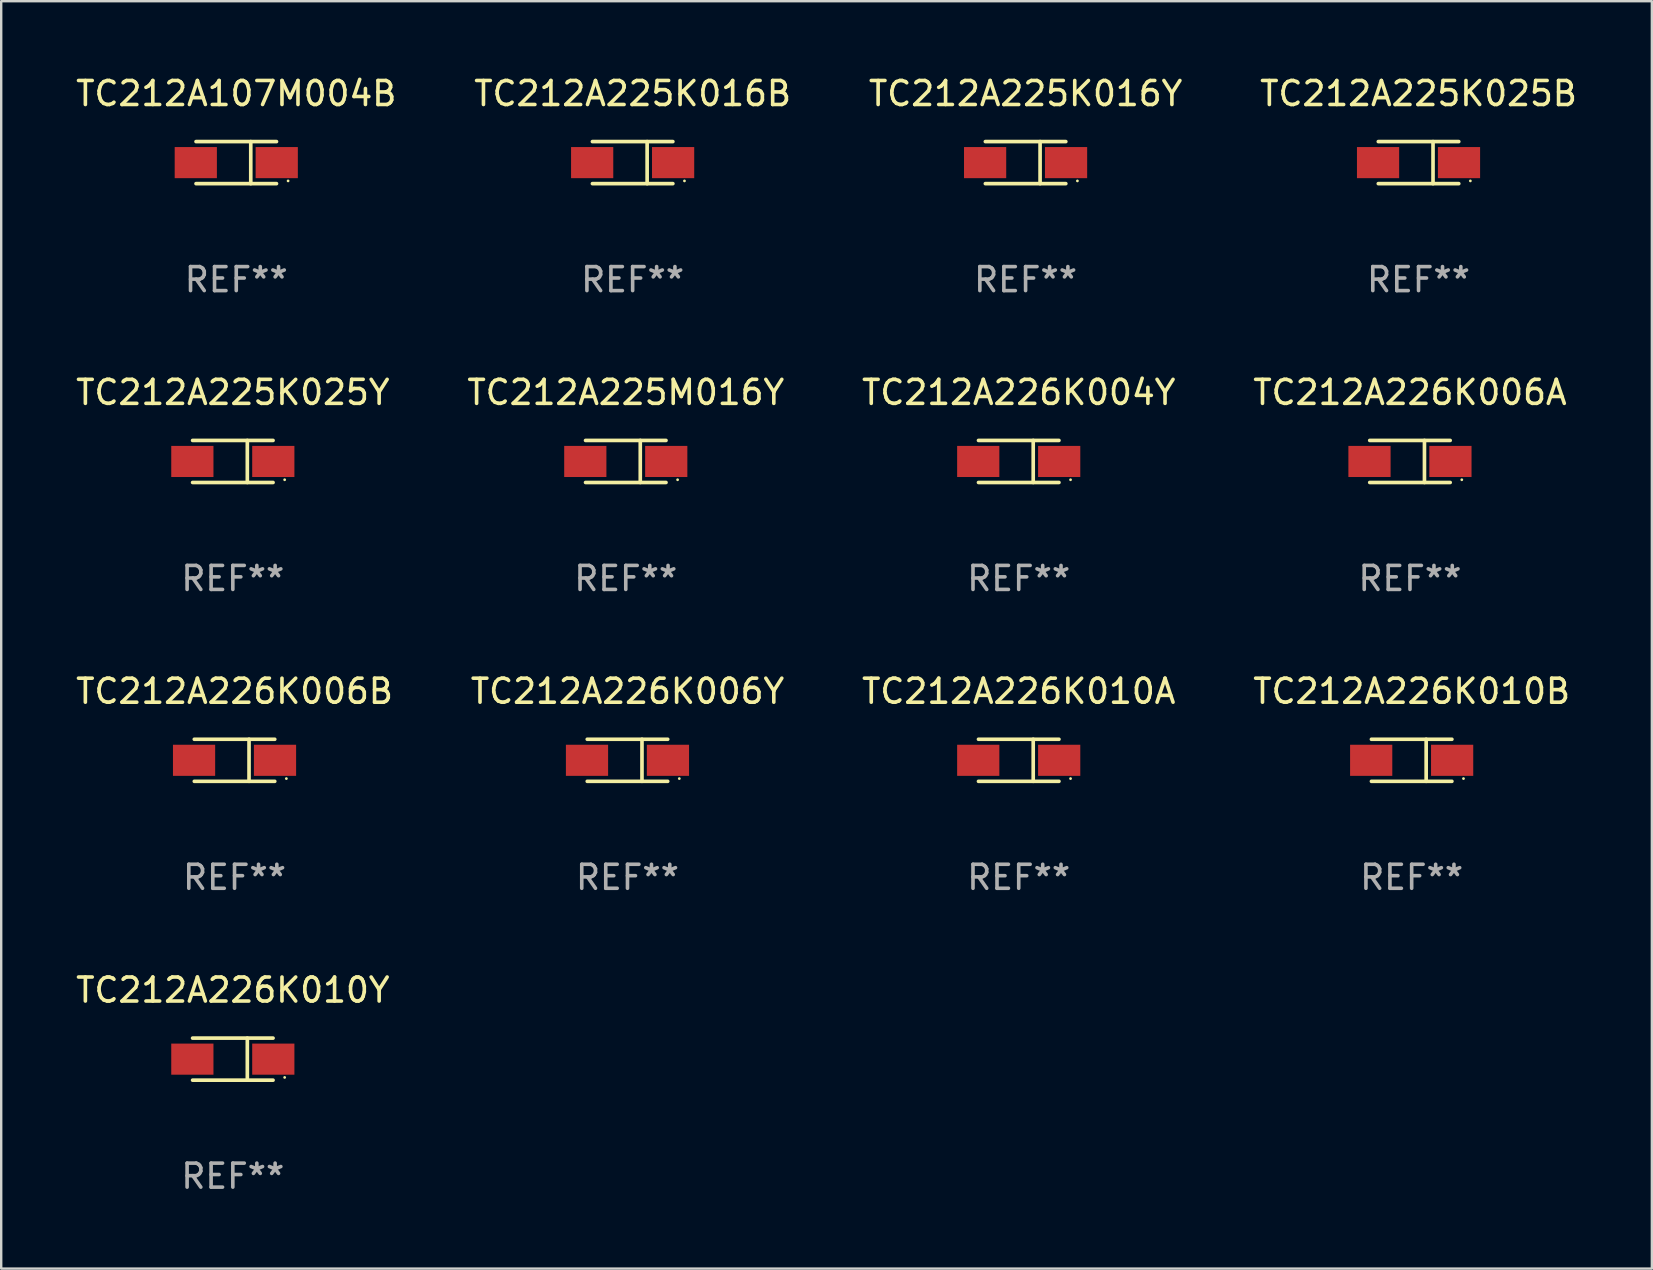
<source format=kicad_pcb>
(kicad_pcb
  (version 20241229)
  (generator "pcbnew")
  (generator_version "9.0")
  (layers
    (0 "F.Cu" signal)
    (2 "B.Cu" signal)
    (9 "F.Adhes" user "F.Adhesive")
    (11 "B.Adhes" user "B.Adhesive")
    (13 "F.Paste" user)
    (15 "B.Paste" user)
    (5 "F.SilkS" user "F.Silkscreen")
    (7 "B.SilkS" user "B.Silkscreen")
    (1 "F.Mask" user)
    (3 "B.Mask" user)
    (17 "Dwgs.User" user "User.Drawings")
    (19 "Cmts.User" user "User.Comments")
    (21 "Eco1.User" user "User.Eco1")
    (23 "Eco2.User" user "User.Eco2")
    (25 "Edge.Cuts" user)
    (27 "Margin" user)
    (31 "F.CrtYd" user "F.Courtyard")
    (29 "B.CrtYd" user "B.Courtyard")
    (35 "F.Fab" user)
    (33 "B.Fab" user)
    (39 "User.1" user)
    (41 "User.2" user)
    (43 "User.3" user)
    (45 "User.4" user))
  (footprint "TC212A107M004B"
    (layer "F.Cu")
    (at 6.792 3.724)
    (property "Reference" "TC212A107M004B" (at 0 -2.876 0) (layer "F.SilkS") (effects (font (size 1 1) (thickness 0.15))))
    (attr through_hole)
    (fp_line (start -1.676 -0.876) (end 1.676 -0.876) (stroke (width 0.152) (type solid)) (layer "F.SilkS"))
    (fp_line (start -1.676 0.876) (end 1.676 0.876) (stroke (width 0.152) (type solid)) (layer "F.SilkS"))
    (fp_line (start 0.604 -0.876) (end 0.604 0.876) (stroke (width 0.152) (type solid)) (layer "F.SilkS"))
    (fp_circle (center 2.159 0.762) (end 2.189 0.762) (stroke (width 0.06) (type solid)) (fill no) (layer "F.SilkS"))
    (fp_text user "REF**" (at 0 4.876 0) (layer "F.Fab") (effects (font (size 1 1) (thickness 0.15))))
    (pad "1" smd rect (at 1.686 0) (size 1.758 1.296) (layers "F.Cu" "F.Mask" "F.Paste"))
    (pad "2" smd rect (at -1.686 0) (size 1.758 1.296) (layers "F.Cu" "F.Mask" "F.Paste")))
  (footprint "TC212A226K010Y"
    (layer "F.Cu")
    (at 6.649 41.071)
    (property "Reference" "TC212A226K010Y" (at 0 -2.876 0) (layer "F.SilkS") (effects (font (size 1 1) (thickness 0.15))))
    (attr through_hole)
    (fp_line (start -1.676 -0.876) (end 1.676 -0.876) (stroke (width 0.152) (type solid)) (layer "F.SilkS"))
    (fp_line (start -1.676 0.876) (end 1.676 0.876) (stroke (width 0.152) (type solid)) (layer "F.SilkS"))
    (fp_line (start 0.604 -0.876) (end 0.604 0.876) (stroke (width 0.152) (type solid)) (layer "F.SilkS"))
    (fp_circle (center 2.159 0.762) (end 2.189 0.762) (stroke (width 0.06) (type solid)) (fill no) (layer "F.SilkS"))
    (fp_text user "REF**" (at 0 4.876 0) (layer "F.Fab") (effects (font (size 1 1) (thickness 0.15))))
    (pad "1" smd rect (at 1.686 0) (size 1.758 1.296) (layers "F.Cu" "F.Mask" "F.Paste"))
    (pad "2" smd rect (at -1.686 0) (size 1.758 1.296) (layers "F.Cu" "F.Mask" "F.Paste")))
  (footprint "TC212A226K004Y"
    (layer "F.Cu")
    (at 39.387 16.173)
    (property "Reference" "TC212A226K004Y" (at 0 -2.876 0) (layer "F.SilkS") (effects (font (size 1 1) (thickness 0.15))))
    (attr through_hole)
    (fp_line (start -1.676 -0.876) (end 1.676 -0.876) (stroke (width 0.152) (type solid)) (layer "F.SilkS"))
    (fp_line (start -1.676 0.876) (end 1.676 0.876) (stroke (width 0.152) (type solid)) (layer "F.SilkS"))
    (fp_line (start 0.604 -0.876) (end 0.604 0.876) (stroke (width 0.152) (type solid)) (layer "F.SilkS"))
    (fp_circle (center 2.159 0.762) (end 2.189 0.762) (stroke (width 0.06) (type solid)) (fill no) (layer "F.SilkS"))
    (fp_text user "REF**" (at 0 4.876 0) (layer "F.Fab") (effects (font (size 1 1) (thickness 0.15))))
    (pad "1" smd rect (at 1.686 0) (size 1.758 1.296) (layers "F.Cu" "F.Mask" "F.Paste"))
    (pad "2" smd rect (at -1.686 0) (size 1.758 1.296) (layers "F.Cu" "F.Mask" "F.Paste")))
  (footprint "TC212A225K025B"
    (layer "F.Cu")
    (at 56.042 3.724)
    (property "Reference" "TC212A225K025B" (at 0 -2.876 0) (layer "F.SilkS") (effects (font (size 1 1) (thickness 0.15))))
    (attr through_hole)
    (fp_line (start -1.676 -0.876) (end 1.676 -0.876) (stroke (width 0.152) (type solid)) (layer "F.SilkS"))
    (fp_line (start -1.676 0.876) (end 1.676 0.876) (stroke (width 0.152) (type solid)) (layer "F.SilkS"))
    (fp_line (start 0.604 -0.876) (end 0.604 0.876) (stroke (width 0.152) (type solid)) (layer "F.SilkS"))
    (fp_circle (center 2.159 0.762) (end 2.189 0.762) (stroke (width 0.06) (type solid)) (fill no) (layer "F.SilkS"))
    (fp_text user "REF**" (at 0 4.876 0) (layer "F.Fab") (effects (font (size 1 1) (thickness 0.15))))
    (pad "1" smd rect (at 1.686 0) (size 1.758 1.296) (layers "F.Cu" "F.Mask" "F.Paste"))
    (pad "2" smd rect (at -1.686 0) (size 1.758 1.296) (layers "F.Cu" "F.Mask" "F.Paste")))
  (footprint "TC212A225M016Y"
    (layer "F.Cu")
    (at 23.018 16.173)
    (property "Reference" "TC212A225M016Y" (at 0 -2.876 0) (layer "F.SilkS") (effects (font (size 1 1) (thickness 0.15))))
    (attr through_hole)
    (fp_line (start -1.676 -0.876) (end 1.676 -0.876) (stroke (width 0.152) (type solid)) (layer "F.SilkS"))
    (fp_line (start -1.676 0.876) (end 1.676 0.876) (stroke (width 0.152) (type solid)) (layer "F.SilkS"))
    (fp_line (start 0.604 -0.876) (end 0.604 0.876) (stroke (width 0.152) (type solid)) (layer "F.SilkS"))
    (fp_circle (center 2.159 0.762) (end 2.189 0.762) (stroke (width 0.06) (type solid)) (fill no) (layer "F.SilkS"))
    (fp_text user "REF**" (at 0 4.876 0) (layer "F.Fab") (effects (font (size 1 1) (thickness 0.15))))
    (pad "1" smd rect (at 1.686 0) (size 1.758 1.296) (layers "F.Cu" "F.Mask" "F.Paste"))
    (pad "2" smd rect (at -1.686 0) (size 1.758 1.296) (layers "F.Cu" "F.Mask" "F.Paste")))
  (footprint "TC212A226K006Y"
    (layer "F.Cu")
    (at 23.089 28.622)
    (property "Reference" "TC212A226K006Y" (at 0 -2.876 0) (layer "F.SilkS") (effects (font (size 1 1) (thickness 0.15))))
    (attr through_hole)
    (fp_line (start -1.676 -0.876) (end 1.676 -0.876) (stroke (width 0.152) (type solid)) (layer "F.SilkS"))
    (fp_line (start -1.676 0.876) (end 1.676 0.876) (stroke (width 0.152) (type solid)) (layer "F.SilkS"))
    (fp_line (start 0.604 -0.876) (end 0.604 0.876) (stroke (width 0.152) (type solid)) (layer "F.SilkS"))
    (fp_circle (center 2.159 0.762) (end 2.189 0.762) (stroke (width 0.06) (type solid)) (fill no) (layer "F.SilkS"))
    (fp_text user "REF**" (at 0 4.876 0) (layer "F.Fab") (effects (font (size 1 1) (thickness 0.15))))
    (pad "1" smd rect (at 1.686 0) (size 1.758 1.296) (layers "F.Cu" "F.Mask" "F.Paste"))
    (pad "2" smd rect (at -1.686 0) (size 1.758 1.296) (layers "F.Cu" "F.Mask" "F.Paste")))
  (footprint "TC212A225K016B"
    (layer "F.Cu")
    (at 23.304 3.724)
    (property "Reference" "TC212A225K016B" (at 0 -2.876 0) (layer "F.SilkS") (effects (font (size 1 1) (thickness 0.15))))
    (attr through_hole)
    (fp_line (start -1.676 -0.876) (end 1.676 -0.876) (stroke (width 0.152) (type solid)) (layer "F.SilkS"))
    (fp_line (start -1.676 0.876) (end 1.676 0.876) (stroke (width 0.152) (type solid)) (layer "F.SilkS"))
    (fp_line (start 0.604 -0.876) (end 0.604 0.876) (stroke (width 0.152) (type solid)) (layer "F.SilkS"))
    (fp_circle (center 2.159 0.762) (end 2.189 0.762) (stroke (width 0.06) (type solid)) (fill no) (layer "F.SilkS"))
    (fp_text user "REF**" (at 0 4.876 0) (layer "F.Fab") (effects (font (size 1 1) (thickness 0.15))))
    (pad "1" smd rect (at 1.686 0) (size 1.758 1.296) (layers "F.Cu" "F.Mask" "F.Paste"))
    (pad "2" smd rect (at -1.686 0) (size 1.758 1.296) (layers "F.Cu" "F.Mask" "F.Paste")))
  (footprint "TC212A225K025Y"
    (layer "F.Cu")
    (at 6.649 16.173)
    (property "Reference" "TC212A225K025Y" (at 0 -2.876 0) (layer "F.SilkS") (effects (font (size 1 1) (thickness 0.15))))
    (attr through_hole)
    (fp_line (start -1.676 -0.876) (end 1.676 -0.876) (stroke (width 0.152) (type solid)) (layer "F.SilkS"))
    (fp_line (start -1.676 0.876) (end 1.676 0.876) (stroke (width 0.152) (type solid)) (layer "F.SilkS"))
    (fp_line (start 0.604 -0.876) (end 0.604 0.876) (stroke (width 0.152) (type solid)) (layer "F.SilkS"))
    (fp_circle (center 2.159 0.762) (end 2.189 0.762) (stroke (width 0.06) (type solid)) (fill no) (layer "F.SilkS"))
    (fp_text user "REF**" (at 0 4.876 0) (layer "F.Fab") (effects (font (size 1 1) (thickness 0.15))))
    (pad "1" smd rect (at 1.686 0) (size 1.758 1.296) (layers "F.Cu" "F.Mask" "F.Paste"))
    (pad "2" smd rect (at -1.686 0) (size 1.758 1.296) (layers "F.Cu" "F.Mask" "F.Paste")))
  (footprint "TC212A226K006B"
    (layer "F.Cu")
    (at 6.72 28.622)
    (property "Reference" "TC212A226K006B" (at 0 -2.876 0) (layer "F.SilkS") (effects (font (size 1 1) (thickness 0.15))))
    (attr through_hole)
    (fp_line (start -1.676 -0.876) (end 1.676 -0.876) (stroke (width 0.152) (type solid)) (layer "F.SilkS"))
    (fp_line (start -1.676 0.876) (end 1.676 0.876) (stroke (width 0.152) (type solid)) (layer "F.SilkS"))
    (fp_line (start 0.604 -0.876) (end 0.604 0.876) (stroke (width 0.152) (type solid)) (layer "F.SilkS"))
    (fp_circle (center 2.159 0.762) (end 2.189 0.762) (stroke (width 0.06) (type solid)) (fill no) (layer "F.SilkS"))
    (fp_text user "REF**" (at 0 4.876 0) (layer "F.Fab") (effects (font (size 1 1) (thickness 0.15))))
    (pad "1" smd rect (at 1.686 0) (size 1.758 1.296) (layers "F.Cu" "F.Mask" "F.Paste"))
    (pad "2" smd rect (at -1.686 0) (size 1.758 1.296) (layers "F.Cu" "F.Mask" "F.Paste")))
  (footprint "TC212A226K006A"
    (layer "F.Cu")
    (at 55.685 16.173)
    (property "Reference" "TC212A226K006A" (at 0 -2.876 0) (layer "F.SilkS") (effects (font (size 1 1) (thickness 0.15))))
    (attr through_hole)
    (fp_line (start -1.676 -0.876) (end 1.676 -0.876) (stroke (width 0.152) (type solid)) (layer "F.SilkS"))
    (fp_line (start -1.676 0.876) (end 1.676 0.876) (stroke (width 0.152) (type solid)) (layer "F.SilkS"))
    (fp_line (start 0.604 -0.876) (end 0.604 0.876) (stroke (width 0.152) (type solid)) (layer "F.SilkS"))
    (fp_circle (center 2.159 0.762) (end 2.189 0.762) (stroke (width 0.06) (type solid)) (fill no) (layer "F.SilkS"))
    (fp_text user "REF**" (at 0 4.876 0) (layer "F.Fab") (effects (font (size 1 1) (thickness 0.15))))
    (pad "1" smd rect (at 1.686 0) (size 1.758 1.296) (layers "F.Cu" "F.Mask" "F.Paste"))
    (pad "2" smd rect (at -1.686 0) (size 1.758 1.296) (layers "F.Cu" "F.Mask" "F.Paste")))
  (footprint "TC212A226K010B"
    (layer "F.Cu")
    (at 55.756 28.622)
    (property "Reference" "TC212A226K010B" (at 0 -2.876 0) (layer "F.SilkS") (effects (font (size 1 1) (thickness 0.15))))
    (attr through_hole)
    (fp_line (start -1.676 -0.876) (end 1.676 -0.876) (stroke (width 0.152) (type solid)) (layer "F.SilkS"))
    (fp_line (start -1.676 0.876) (end 1.676 0.876) (stroke (width 0.152) (type solid)) (layer "F.SilkS"))
    (fp_line (start 0.604 -0.876) (end 0.604 0.876) (stroke (width 0.152) (type solid)) (layer "F.SilkS"))
    (fp_circle (center 2.159 0.762) (end 2.189 0.762) (stroke (width 0.06) (type solid)) (fill no) (layer "F.SilkS"))
    (fp_text user "REF**" (at 0 4.876 0) (layer "F.Fab") (effects (font (size 1 1) (thickness 0.15))))
    (pad "1" smd rect (at 1.686 0) (size 1.758 1.296) (layers "F.Cu" "F.Mask" "F.Paste"))
    (pad "2" smd rect (at -1.686 0) (size 1.758 1.296) (layers "F.Cu" "F.Mask" "F.Paste")))
  (footprint "TC212A225K016Y"
    (layer "F.Cu")
    (at 39.673 3.724)
    (property "Reference" "TC212A225K016Y" (at 0 -2.876 0) (layer "F.SilkS") (effects (font (size 1 1) (thickness 0.15))))
    (attr through_hole)
    (fp_line (start -1.676 -0.876) (end 1.676 -0.876) (stroke (width 0.152) (type solid)) (layer "F.SilkS"))
    (fp_line (start -1.676 0.876) (end 1.676 0.876) (stroke (width 0.152) (type solid)) (layer "F.SilkS"))
    (fp_line (start 0.604 -0.876) (end 0.604 0.876) (stroke (width 0.152) (type solid)) (layer "F.SilkS"))
    (fp_circle (center 2.159 0.762) (end 2.189 0.762) (stroke (width 0.06) (type solid)) (fill no) (layer "F.SilkS"))
    (fp_text user "REF**" (at 0 4.876 0) (layer "F.Fab") (effects (font (size 1 1) (thickness 0.15))))
    (pad "1" smd rect (at 1.686 0) (size 1.758 1.296) (layers "F.Cu" "F.Mask" "F.Paste"))
    (pad "2" smd rect (at -1.686 0) (size 1.758 1.296) (layers "F.Cu" "F.Mask" "F.Paste")))
  (footprint "TC212A226K010A"
    (layer "F.Cu")
    (at 39.387 28.622)
    (property "Reference" "TC212A226K010A" (at 0 -2.876 0) (layer "F.SilkS") (effects (font (size 1 1) (thickness 0.15))))
    (attr through_hole)
    (fp_line (start -1.676 -0.876) (end 1.676 -0.876) (stroke (width 0.152) (type solid)) (layer "F.SilkS"))
    (fp_line (start -1.676 0.876) (end 1.676 0.876) (stroke (width 0.152) (type solid)) (layer "F.SilkS"))
    (fp_line (start 0.604 -0.876) (end 0.604 0.876) (stroke (width 0.152) (type solid)) (layer "F.SilkS"))
    (fp_circle (center 2.159 0.762) (end 2.189 0.762) (stroke (width 0.06) (type solid)) (fill no) (layer "F.SilkS"))
    (fp_text user "REF**" (at 0 4.876 0) (layer "F.Fab") (effects (font (size 1 1) (thickness 0.15))))
    (pad "1" smd rect (at 1.686 0) (size 1.758 1.296) (layers "F.Cu" "F.Mask" "F.Paste"))
    (pad "2" smd rect (at -1.686 0) (size 1.758 1.296) (layers "F.Cu" "F.Mask" "F.Paste")))
  (gr_rect
    (start -3 -3)
    (end 65.762 49.796)
    (stroke (width 0.1) (type default))
    (fill no)
    (layer "Edge.Cuts")))
</source>
